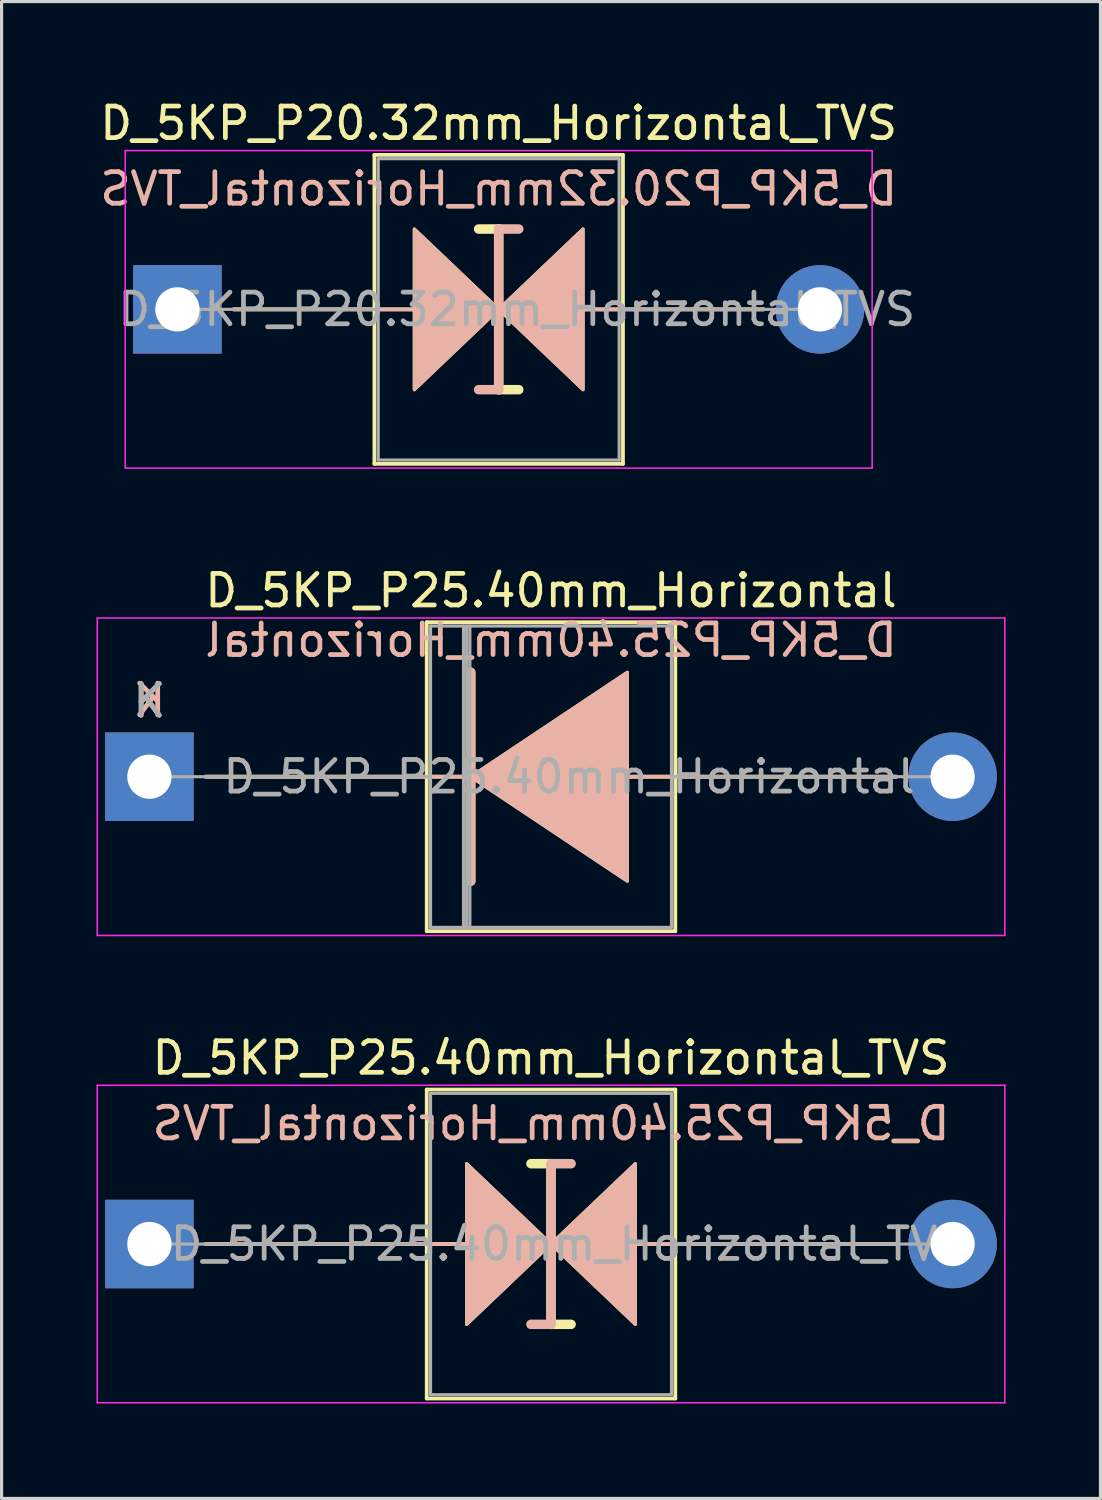
<source format=kicad_pcb>
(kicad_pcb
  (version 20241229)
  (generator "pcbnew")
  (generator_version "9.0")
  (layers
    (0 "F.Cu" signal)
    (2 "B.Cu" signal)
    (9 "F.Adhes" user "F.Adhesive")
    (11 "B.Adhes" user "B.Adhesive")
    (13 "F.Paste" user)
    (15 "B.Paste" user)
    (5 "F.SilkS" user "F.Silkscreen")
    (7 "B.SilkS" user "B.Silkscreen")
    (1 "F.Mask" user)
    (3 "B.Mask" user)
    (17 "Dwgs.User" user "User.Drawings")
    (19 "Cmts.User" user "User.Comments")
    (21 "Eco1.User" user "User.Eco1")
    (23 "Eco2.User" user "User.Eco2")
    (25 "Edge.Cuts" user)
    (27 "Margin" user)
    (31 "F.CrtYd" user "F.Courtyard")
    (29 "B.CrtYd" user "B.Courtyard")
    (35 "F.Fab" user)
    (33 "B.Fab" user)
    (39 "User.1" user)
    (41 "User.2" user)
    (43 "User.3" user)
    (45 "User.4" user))
  (footprint "D_5KP_P20.32mm_Horizontal_TVS"
    (layer "F.Cu")
    (at 2.56 6.733)
    (property "Reference" "D_5KP_P20.32mm_Horizontal_TVS" (at 10.16 -5.885 0) (layer "F.SilkS") (effects (font (size 1 1) (thickness 0.15))))
    (fp_line (start 1.778 0) (end 7.493 0) (stroke (width 0.12) (type solid)) (layer "F.SilkS"))
    (fp_line (start 6.23 -4.885) (end 6.23 4.885) (stroke (width 0.12) (type solid)) (layer "F.SilkS"))
    (fp_line (start 6.23 4.885) (end 14.09 4.885) (stroke (width 0.12) (type solid)) (layer "F.SilkS"))
    (fp_line (start 10.16 -2.54) (end 9.525 -2.54) (stroke (width 0.3) (type solid)) (layer "F.SilkS"))
    (fp_line (start 10.16 2.54) (end 10.16 -2.54) (stroke (width 0.3) (type solid)) (layer "F.SilkS"))
    (fp_line (start 10.795 2.54) (end 10.16 2.54) (stroke (width 0.3) (type solid)) (layer "F.SilkS"))
    (fp_line (start 14.09 -4.885) (end 6.23 -4.885) (stroke (width 0.12) (type solid)) (layer "F.SilkS"))
    (fp_line (start 14.09 4.885) (end 14.09 -4.885) (stroke (width 0.12) (type solid)) (layer "F.SilkS"))
    (fp_line (start 18.542 0) (end 12.827 0) (stroke (width 0.12) (type solid)) (layer "F.SilkS"))
    (fp_poly (pts (xy 10.16 0) (xy 7.493 2.54) (xy 7.493 -2.54)) (stroke (width 0.1) (type solid)) (fill yes) (layer "F.SilkS"))
    (fp_poly (pts (xy 10.16 0) (xy 12.827 -2.54) (xy 12.827 2.54)) (stroke (width 0.1) (type solid)) (fill yes) (layer "F.SilkS"))
    (fp_line (start 1.778 0) (end 7.493 0) (stroke (width 0.12) (type solid)) (layer "B.SilkS"))
    (fp_line (start 10.16 -2.54) (end 10.16 2.54) (stroke (width 0.3) (type solid)) (layer "B.SilkS"))
    (fp_line (start 10.16 2.54) (end 9.525 2.54) (stroke (width 0.3) (type solid)) (layer "B.SilkS"))
    (fp_line (start 10.795 -2.54) (end 10.16 -2.54) (stroke (width 0.3) (type solid)) (layer "B.SilkS"))
    (fp_line (start 18.542 0) (end 12.827 0) (stroke (width 0.12) (type solid)) (layer "B.SilkS"))
    (fp_poly (pts (xy 10.16 0) (xy 7.493 -2.54) (xy 7.493 2.54)) (stroke (width 0.1) (type solid)) (fill yes) (layer "B.SilkS"))
    (fp_poly (pts (xy 10.16 0) (xy 12.827 2.54) (xy 12.827 -2.54)) (stroke (width 0.1) (type solid)) (fill yes) (layer "B.SilkS"))
    (fp_line (start -1.65 -5.02) (end -1.65 5.02) (stroke (width 0.05) (type solid)) (layer "F.CrtYd"))
    (fp_line (start -1.65 5.02) (end 21.97 5.02) (stroke (width 0.05) (type solid)) (layer "F.CrtYd"))
    (fp_line (start 21.97 -5.02) (end -1.65 -5.02) (stroke (width 0.05) (type solid)) (layer "F.CrtYd"))
    (fp_line (start 21.97 5.02) (end 21.97 -5.02) (stroke (width 0.05) (type solid)) (layer "F.CrtYd"))
    (fp_line (start 0 0) (end 6.35 0) (stroke (width 0.1) (type solid)) (layer "F.Fab"))
    (fp_line (start 6.35 -4.765) (end 6.35 4.765) (stroke (width 0.1) (type solid)) (layer "F.Fab"))
    (fp_line (start 6.35 4.765) (end 13.97 4.765) (stroke (width 0.1) (type solid)) (layer "F.Fab"))
    (fp_line (start 13.97 -4.765) (end 6.35 -4.765) (stroke (width 0.1) (type solid)) (layer "F.Fab"))
    (fp_line (start 13.97 4.765) (end 13.97 -4.765) (stroke (width 0.1) (type solid)) (layer "F.Fab"))
    (fp_line (start 20.32 0) (end 13.97 0) (stroke (width 0.1) (type solid)) (layer "F.Fab"))
    (fp_text user "${REFERENCE}" (at 10.16 -3.81 0) (layer "B.SilkS") (effects (font (size 1 1) (thickness 0.15)) (justify mirror)))
    (fp_text user "${REFERENCE}" (at 10.732 0 0) (layer "F.Fab") (effects (font (size 1 1) (thickness 0.15))))
    (pad "1" thru_hole rect (at 0 0) (size 2.8 2.8) (drill 1.4) (layers "*.Cu" "*.Mask"))
    (pad "2" thru_hole oval (at 20.32 0) (size 2.8 2.8) (drill 1.4) (layers "*.Cu" "*.Mask")))
  (footprint "D_5KP_P25.40mm_Horizontal_TVS"
    (layer "F.Cu")
    (at 1.675 36.29)
    (property "Reference" "D_5KP_P25.40mm_Horizontal_TVS" (at 12.7 -5.885 0) (layer "F.SilkS") (effects (font (size 1 1) (thickness 0.15))))
    (fp_line (start 1.778 0) (end 10.033 0) (stroke (width 0.12) (type solid)) (layer "F.SilkS"))
    (fp_line (start 8.77 -4.885) (end 8.77 4.885) (stroke (width 0.12) (type solid)) (layer "F.SilkS"))
    (fp_line (start 8.77 4.885) (end 16.63 4.885) (stroke (width 0.12) (type solid)) (layer "F.SilkS"))
    (fp_line (start 12.7 -2.54) (end 12.065 -2.54) (stroke (width 0.3) (type solid)) (layer "F.SilkS"))
    (fp_line (start 12.7 2.54) (end 12.7 -2.54) (stroke (width 0.3) (type solid)) (layer "F.SilkS"))
    (fp_line (start 13.335 2.54) (end 12.7 2.54) (stroke (width 0.3) (type solid)) (layer "F.SilkS"))
    (fp_line (start 16.63 -4.885) (end 8.77 -4.885) (stroke (width 0.12) (type solid)) (layer "F.SilkS"))
    (fp_line (start 16.63 4.885) (end 16.63 -4.885) (stroke (width 0.12) (type solid)) (layer "F.SilkS"))
    (fp_line (start 23.622 0) (end 15.367 0) (stroke (width 0.12) (type solid)) (layer "F.SilkS"))
    (fp_poly (pts (xy 12.7 0) (xy 10.033 2.54) (xy 10.033 -2.54)) (stroke (width 0.1) (type solid)) (fill yes) (layer "F.SilkS"))
    (fp_poly (pts (xy 12.7 0) (xy 15.367 -2.54) (xy 15.367 2.54)) (stroke (width 0.1) (type solid)) (fill yes) (layer "F.SilkS"))
    (fp_line (start 1.778 0) (end 10.033 0) (stroke (width 0.12) (type solid)) (layer "B.SilkS"))
    (fp_line (start 12.7 -2.54) (end 12.7 2.54) (stroke (width 0.3) (type solid)) (layer "B.SilkS"))
    (fp_line (start 12.7 2.54) (end 12.065 2.54) (stroke (width 0.3) (type solid)) (layer "B.SilkS"))
    (fp_line (start 13.335 -2.54) (end 12.7 -2.54) (stroke (width 0.3) (type solid)) (layer "B.SilkS"))
    (fp_line (start 23.622 0) (end 15.367 0) (stroke (width 0.12) (type solid)) (layer "B.SilkS"))
    (fp_poly (pts (xy 12.7 0) (xy 10.033 -2.54) (xy 10.033 2.54)) (stroke (width 0.1) (type solid)) (fill yes) (layer "B.SilkS"))
    (fp_poly (pts (xy 12.7 0) (xy 15.367 2.54) (xy 15.367 -2.54)) (stroke (width 0.1) (type solid)) (fill yes) (layer "B.SilkS"))
    (fp_line (start -1.65 -5.02) (end -1.65 5.02) (stroke (width 0.05) (type solid)) (layer "F.CrtYd"))
    (fp_line (start -1.65 5.02) (end 27.05 5.02) (stroke (width 0.05) (type solid)) (layer "F.CrtYd"))
    (fp_line (start 27.05 -5.02) (end -1.65 -5.02) (stroke (width 0.05) (type solid)) (layer "F.CrtYd"))
    (fp_line (start 27.05 5.02) (end 27.05 -5.02) (stroke (width 0.05) (type solid)) (layer "F.CrtYd"))
    (fp_line (start 0 0) (end 8.89 0) (stroke (width 0.1) (type solid)) (layer "F.Fab"))
    (fp_line (start 8.89 -4.765) (end 8.89 4.765) (stroke (width 0.1) (type solid)) (layer "F.Fab"))
    (fp_line (start 8.89 4.765) (end 16.51 4.765) (stroke (width 0.1) (type solid)) (layer "F.Fab"))
    (fp_line (start 16.51 -4.765) (end 8.89 -4.765) (stroke (width 0.1) (type solid)) (layer "F.Fab"))
    (fp_line (start 16.51 4.765) (end 16.51 -4.765) (stroke (width 0.1) (type solid)) (layer "F.Fab"))
    (fp_line (start 25.4 0) (end 16.51 0) (stroke (width 0.1) (type solid)) (layer "F.Fab"))
    (fp_text user "${REFERENCE}" (at 12.7 -3.81 0) (layer "B.SilkS") (effects (font (size 1 1) (thickness 0.15)) (justify mirror)))
    (fp_text user "${REFERENCE}" (at 13.271 0 0) (layer "F.Fab") (effects (font (size 1 1) (thickness 0.15))))
    (pad "1" thru_hole rect (at 0 0) (size 2.8 2.8) (drill 1.4) (layers "*.Cu" "*.Mask"))
    (pad "2" thru_hole oval (at 25.4 0) (size 2.8 2.8) (drill 1.4) (layers "*.Cu" "*.Mask")))
  (footprint "D_5KP_P25.40mm_Horizontal"
    (layer "F.Cu")
    (at 1.675 21.512)
    (property "Reference" "D_5KP_P25.40mm_Horizontal" (at 12.7 -5.885 0) (layer "F.SilkS") (effects (font (size 1 1) (thickness 0.15))))
    (fp_line (start 1.778 0) (end 10.033 0) (stroke (width 0.12) (type solid)) (layer "F.SilkS"))
    (fp_line (start 8.77 -4.885) (end 8.77 4.885) (stroke (width 0.12) (type solid)) (layer "F.SilkS"))
    (fp_line (start 8.77 4.885) (end 16.63 4.885) (stroke (width 0.12) (type solid)) (layer "F.SilkS"))
    (fp_line (start 10.16 -3.302) (end 10.16 3.302) (stroke (width 0.3) (type solid)) (layer "F.SilkS"))
    (fp_line (start 16.63 -4.885) (end 8.77 -4.885) (stroke (width 0.12) (type solid)) (layer "F.SilkS"))
    (fp_line (start 16.63 4.885) (end 16.63 -4.885) (stroke (width 0.12) (type solid)) (layer "F.SilkS"))
    (fp_line (start 23.622 0) (end 15.15 0) (stroke (width 0.12) (type solid)) (layer "F.SilkS"))
    (fp_poly (pts (xy 15.113 3.302) (xy 10.16 0) (xy 15.113 -3.302)) (stroke (width 0.1) (type solid)) (fill yes) (layer "F.SilkS"))
    (fp_line (start 1.778 0) (end 10.033 0) (stroke (width 0.12) (type solid)) (layer "B.SilkS"))
    (fp_line (start 10.16 3.302) (end 10.16 -3.302) (stroke (width 0.3) (type solid)) (layer "B.SilkS"))
    (fp_line (start 23.622 0) (end 15.15 0) (stroke (width 0.12) (type solid)) (layer "B.SilkS"))
    (fp_poly (pts (xy 15.113 -3.302) (xy 10.16 0) (xy 15.113 3.302)) (stroke (width 0.1) (type solid)) (fill yes) (layer "B.SilkS"))
    (fp_line (start -1.65 -5.02) (end -1.65 5.02) (stroke (width 0.05) (type solid)) (layer "F.CrtYd"))
    (fp_line (start -1.65 5.02) (end 27.05 5.02) (stroke (width 0.05) (type solid)) (layer "F.CrtYd"))
    (fp_line (start 27.05 -5.02) (end -1.65 -5.02) (stroke (width 0.05) (type solid)) (layer "F.CrtYd"))
    (fp_line (start 27.05 5.02) (end 27.05 -5.02) (stroke (width 0.05) (type solid)) (layer "F.CrtYd"))
    (fp_line (start 0 0) (end 8.89 0) (stroke (width 0.1) (type solid)) (layer "F.Fab"))
    (fp_line (start 8.89 -4.765) (end 8.89 4.765) (stroke (width 0.1) (type solid)) (layer "F.Fab"))
    (fp_line (start 8.89 4.765) (end 16.51 4.765) (stroke (width 0.1) (type solid)) (layer "F.Fab"))
    (fp_line (start 9.933 -4.765) (end 9.933 4.765) (stroke (width 0.1) (type solid)) (layer "F.Fab"))
    (fp_line (start 10.033 -4.765) (end 10.033 4.765) (stroke (width 0.1) (type solid)) (layer "F.Fab"))
    (fp_line (start 10.133 -4.765) (end 10.133 4.765) (stroke (width 0.1) (type solid)) (layer "F.Fab"))
    (fp_line (start 16.51 -4.765) (end 8.89 -4.765) (stroke (width 0.1) (type solid)) (layer "F.Fab"))
    (fp_line (start 16.51 4.765) (end 16.51 -4.765) (stroke (width 0.1) (type solid)) (layer "F.Fab"))
    (fp_line (start 25.4 0) (end 16.51 0) (stroke (width 0.1) (type solid)) (layer "F.Fab"))
    (fp_text user "K" (at 0 -2.4 0) (layer "F.SilkS") (effects (font (size 1 1) (thickness 0.15))))
    (fp_text user "${REFERENCE}" (at 12.7 -4.318 0) (layer "B.SilkS") (effects (font (size 1 1) (thickness 0.15)) (justify mirror)))
    (fp_text user "K" (at 0 -2.413 0) (layer "B.SilkS") (effects (font (size 1 1) (thickness 0.15)) (justify mirror)))
    (fp_text user "K" (at 0 -2.4 0) (layer "F.Fab") (effects (font (size 1 1) (thickness 0.15))))
    (fp_text user "${REFERENCE}" (at 13.271 0 0) (layer "F.Fab") (effects (font (size 1 1) (thickness 0.15))))
    (pad "1" thru_hole rect (at 0 0) (size 2.8 2.8) (drill 1.4) (layers "*.Cu" "*.Mask"))
    (pad "2" thru_hole oval (at 25.4 0) (size 2.8 2.8) (drill 1.4) (layers "*.Cu" "*.Mask")))
  (gr_rect
    (start -3 -3)
    (end 31.75 44.335)
    (stroke (width 0.1) (type default))
    (fill no)
    (layer "Edge.Cuts")))
</source>
